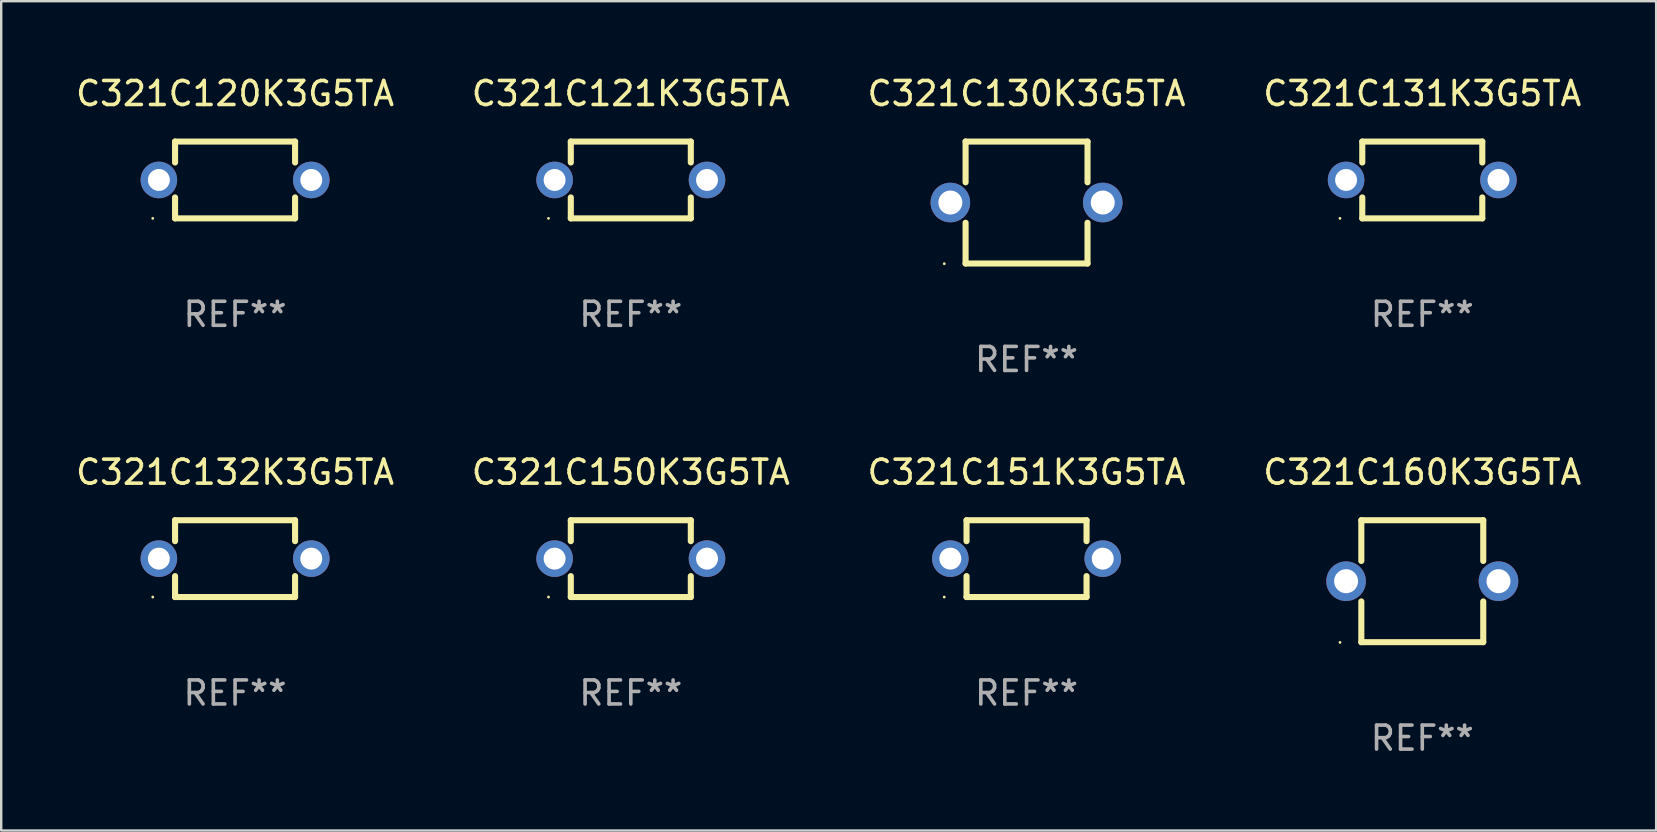
<source format=kicad_pcb>
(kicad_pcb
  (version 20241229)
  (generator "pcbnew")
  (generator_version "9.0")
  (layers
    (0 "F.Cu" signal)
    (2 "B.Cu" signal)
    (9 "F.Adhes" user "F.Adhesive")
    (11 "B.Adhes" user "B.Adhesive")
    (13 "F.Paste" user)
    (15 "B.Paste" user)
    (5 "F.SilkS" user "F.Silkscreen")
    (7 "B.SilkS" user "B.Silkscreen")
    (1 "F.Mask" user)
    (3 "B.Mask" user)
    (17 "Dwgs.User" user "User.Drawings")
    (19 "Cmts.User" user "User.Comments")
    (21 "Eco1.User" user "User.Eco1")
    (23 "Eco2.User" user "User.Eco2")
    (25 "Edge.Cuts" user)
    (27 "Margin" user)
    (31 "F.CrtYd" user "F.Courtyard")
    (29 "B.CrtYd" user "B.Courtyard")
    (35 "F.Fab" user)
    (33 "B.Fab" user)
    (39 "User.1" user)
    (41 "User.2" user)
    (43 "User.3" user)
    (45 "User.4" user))
  (footprint "C321C160K3G5TA"
    (layer "F.Cu")
    (at 56.208 21.165)
    (property "Reference" "C321C160K3G5TA" (at 0 -4.54 0) (layer "F.SilkS") (effects (font (size 1 1) (thickness 0.15))))
    (attr through_hole)
    (fp_line (start -2.54 -2.54) (end -2.54 -0.843) (stroke (width 0.254) (type solid)) (layer "F.SilkS"))
    (fp_line (start -2.54 0.843) (end -2.54 2.54) (stroke (width 0.254) (type solid)) (layer "F.SilkS"))
    (fp_line (start -2.54 2.54) (end 2.54 2.54) (stroke (width 0.254) (type solid)) (layer "F.SilkS"))
    (fp_line (start 2.54 -2.54) (end -2.54 -2.54) (stroke (width 0.254) (type solid)) (layer "F.SilkS"))
    (fp_line (start 2.54 -0.843) (end 2.54 -2.54) (stroke (width 0.254) (type solid)) (layer "F.SilkS"))
    (fp_line (start 2.54 2.54) (end 2.54 0.843) (stroke (width 0.254) (type solid)) (layer "F.SilkS"))
    (fp_circle (center -3.428 2.55) (end -3.398 2.55) (stroke (width 0.06) (type solid)) (fill no) (layer "F.SilkS"))
    (fp_text user "REF**" (at 0 6.54 0) (layer "F.Fab") (effects (font (size 1 1) (thickness 0.15))))
    (pad "1" thru_hole circle (at -3.175 0) (size 1.65 1.65) (drill 1) (layers "*.Cu" "*.Mask"))
    (pad "2" thru_hole circle (at 3.175 0) (size 1.65 1.65) (drill 1) (layers "*.Cu" "*.Mask")))
  (footprint "C321C131K3G5TA"
    (layer "F.Cu")
    (at 56.208 4.448)
    (property "Reference" "C321C131K3G5TA" (at 0 -3.6 0) (layer "F.SilkS") (effects (font (size 1 1) (thickness 0.15))))
    (attr through_hole)
    (fp_line (start -2.5 -1.6) (end 2.5 -1.6) (stroke (width 0.254) (type solid)) (layer "F.SilkS"))
    (fp_line (start -2.5 -0.728) (end -2.5 -1.6) (stroke (width 0.254) (type solid)) (layer "F.SilkS"))
    (fp_line (start -2.5 1.6) (end -2.5 0.728) (stroke (width 0.254) (type solid)) (layer "F.SilkS"))
    (fp_line (start 2.5 -1.6) (end 2.5 -0.728) (stroke (width 0.254) (type solid)) (layer "F.SilkS"))
    (fp_line (start 2.5 0.728) (end 2.5 1.6) (stroke (width 0.254) (type solid)) (layer "F.SilkS"))
    (fp_line (start 2.5 1.6) (end -2.5 1.6) (stroke (width 0.254) (type solid)) (layer "F.SilkS"))
    (fp_circle (center -3.43 1.6) (end -3.4 1.6) (stroke (width 0.06) (type solid)) (fill no) (layer "F.SilkS"))
    (fp_text user "REF**" (at 0 5.6 0) (layer "F.Fab") (effects (font (size 1 1) (thickness 0.15))))
    (pad "1" thru_hole circle (at -3.175 0) (size 1.524 1.524) (drill 0.914) (layers "*.Cu" "*.Mask"))
    (pad "2" thru_hole circle (at 3.175 0) (size 1.524 1.524) (drill 0.914) (layers "*.Cu" "*.Mask")))
  (footprint "C321C132K3G5TA"
    (layer "F.Cu")
    (at 6.744 20.225)
    (property "Reference" "C321C132K3G5TA" (at 0 -3.6 0) (layer "F.SilkS") (effects (font (size 1 1) (thickness 0.15))))
    (attr through_hole)
    (fp_line (start -2.5 -1.6) (end 2.5 -1.6) (stroke (width 0.254) (type solid)) (layer "F.SilkS"))
    (fp_line (start -2.5 -0.728) (end -2.5 -1.6) (stroke (width 0.254) (type solid)) (layer "F.SilkS"))
    (fp_line (start -2.5 1.6) (end -2.5 0.728) (stroke (width 0.254) (type solid)) (layer "F.SilkS"))
    (fp_line (start 2.5 -1.6) (end 2.5 -0.728) (stroke (width 0.254) (type solid)) (layer "F.SilkS"))
    (fp_line (start 2.5 0.728) (end 2.5 1.6) (stroke (width 0.254) (type solid)) (layer "F.SilkS"))
    (fp_line (start 2.5 1.6) (end -2.5 1.6) (stroke (width 0.254) (type solid)) (layer "F.SilkS"))
    (fp_circle (center -3.43 1.6) (end -3.4 1.6) (stroke (width 0.06) (type solid)) (fill no) (layer "F.SilkS"))
    (fp_text user "REF**" (at 0 5.6 0) (layer "F.Fab") (effects (font (size 1 1) (thickness 0.15))))
    (pad "1" thru_hole circle (at -3.175 0) (size 1.524 1.524) (drill 0.914) (layers "*.Cu" "*.Mask"))
    (pad "2" thru_hole circle (at 3.175 0) (size 1.524 1.524) (drill 0.914) (layers "*.Cu" "*.Mask")))
  (footprint "C321C150K3G5TA"
    (layer "F.Cu")
    (at 23.232 20.225)
    (property "Reference" "C321C150K3G5TA" (at 0 -3.6 0) (layer "F.SilkS") (effects (font (size 1 1) (thickness 0.15))))
    (attr through_hole)
    (fp_line (start -2.5 -1.6) (end 2.5 -1.6) (stroke (width 0.254) (type solid)) (layer "F.SilkS"))
    (fp_line (start -2.5 -0.728) (end -2.5 -1.6) (stroke (width 0.254) (type solid)) (layer "F.SilkS"))
    (fp_line (start -2.5 1.6) (end -2.5 0.728) (stroke (width 0.254) (type solid)) (layer "F.SilkS"))
    (fp_line (start 2.5 -1.6) (end 2.5 -0.728) (stroke (width 0.254) (type solid)) (layer "F.SilkS"))
    (fp_line (start 2.5 0.728) (end 2.5 1.6) (stroke (width 0.254) (type solid)) (layer "F.SilkS"))
    (fp_line (start 2.5 1.6) (end -2.5 1.6) (stroke (width 0.254) (type solid)) (layer "F.SilkS"))
    (fp_circle (center -3.43 1.6) (end -3.4 1.6) (stroke (width 0.06) (type solid)) (fill no) (layer "F.SilkS"))
    (fp_text user "REF**" (at 0 5.6 0) (layer "F.Fab") (effects (font (size 1 1) (thickness 0.15))))
    (pad "1" thru_hole circle (at -3.175 0) (size 1.524 1.524) (drill 0.914) (layers "*.Cu" "*.Mask"))
    (pad "2" thru_hole circle (at 3.175 0) (size 1.524 1.524) (drill 0.914) (layers "*.Cu" "*.Mask")))
  (footprint "C321C120K3G5TA"
    (layer "F.Cu")
    (at 6.744 4.448)
    (property "Reference" "C321C120K3G5TA" (at 0 -3.6 0) (layer "F.SilkS") (effects (font (size 1 1) (thickness 0.15))))
    (attr through_hole)
    (fp_line (start -2.5 -1.6) (end 2.5 -1.6) (stroke (width 0.254) (type solid)) (layer "F.SilkS"))
    (fp_line (start -2.5 -0.728) (end -2.5 -1.6) (stroke (width 0.254) (type solid)) (layer "F.SilkS"))
    (fp_line (start -2.5 1.6) (end -2.5 0.728) (stroke (width 0.254) (type solid)) (layer "F.SilkS"))
    (fp_line (start 2.5 -1.6) (end 2.5 -0.728) (stroke (width 0.254) (type solid)) (layer "F.SilkS"))
    (fp_line (start 2.5 0.728) (end 2.5 1.6) (stroke (width 0.254) (type solid)) (layer "F.SilkS"))
    (fp_line (start 2.5 1.6) (end -2.5 1.6) (stroke (width 0.254) (type solid)) (layer "F.SilkS"))
    (fp_circle (center -3.43 1.6) (end -3.4 1.6) (stroke (width 0.06) (type solid)) (fill no) (layer "F.SilkS"))
    (fp_text user "REF**" (at 0 5.6 0) (layer "F.Fab") (effects (font (size 1 1) (thickness 0.15))))
    (pad "1" thru_hole circle (at -3.175 0) (size 1.524 1.524) (drill 0.914) (layers "*.Cu" "*.Mask"))
    (pad "2" thru_hole circle (at 3.175 0) (size 1.524 1.524) (drill 0.914) (layers "*.Cu" "*.Mask")))
  (footprint "C321C151K3G5TA"
    (layer "F.Cu")
    (at 39.72 20.225)
    (property "Reference" "C321C151K3G5TA" (at 0 -3.6 0) (layer "F.SilkS") (effects (font (size 1 1) (thickness 0.15))))
    (attr through_hole)
    (fp_line (start -2.5 -1.6) (end 2.5 -1.6) (stroke (width 0.254) (type solid)) (layer "F.SilkS"))
    (fp_line (start -2.5 -0.728) (end -2.5 -1.6) (stroke (width 0.254) (type solid)) (layer "F.SilkS"))
    (fp_line (start -2.5 1.6) (end -2.5 0.728) (stroke (width 0.254) (type solid)) (layer "F.SilkS"))
    (fp_line (start 2.5 -1.6) (end 2.5 -0.728) (stroke (width 0.254) (type solid)) (layer "F.SilkS"))
    (fp_line (start 2.5 0.728) (end 2.5 1.6) (stroke (width 0.254) (type solid)) (layer "F.SilkS"))
    (fp_line (start 2.5 1.6) (end -2.5 1.6) (stroke (width 0.254) (type solid)) (layer "F.SilkS"))
    (fp_circle (center -3.43 1.6) (end -3.4 1.6) (stroke (width 0.06) (type solid)) (fill no) (layer "F.SilkS"))
    (fp_text user "REF**" (at 0 5.6 0) (layer "F.Fab") (effects (font (size 1 1) (thickness 0.15))))
    (pad "1" thru_hole circle (at -3.175 0) (size 1.524 1.524) (drill 0.914) (layers "*.Cu" "*.Mask"))
    (pad "2" thru_hole circle (at 3.175 0) (size 1.524 1.524) (drill 0.914) (layers "*.Cu" "*.Mask")))
  (footprint "C321C130K3G5TA"
    (layer "F.Cu")
    (at 39.72 5.388)
    (property "Reference" "C321C130K3G5TA" (at 0 -4.54 0) (layer "F.SilkS") (effects (font (size 1 1) (thickness 0.15))))
    (attr through_hole)
    (fp_line (start -2.54 -2.54) (end -2.54 -0.843) (stroke (width 0.254) (type solid)) (layer "F.SilkS"))
    (fp_line (start -2.54 0.843) (end -2.54 2.54) (stroke (width 0.254) (type solid)) (layer "F.SilkS"))
    (fp_line (start -2.54 2.54) (end 2.54 2.54) (stroke (width 0.254) (type solid)) (layer "F.SilkS"))
    (fp_line (start 2.54 -2.54) (end -2.54 -2.54) (stroke (width 0.254) (type solid)) (layer "F.SilkS"))
    (fp_line (start 2.54 -0.843) (end 2.54 -2.54) (stroke (width 0.254) (type solid)) (layer "F.SilkS"))
    (fp_line (start 2.54 2.54) (end 2.54 0.843) (stroke (width 0.254) (type solid)) (layer "F.SilkS"))
    (fp_circle (center -3.428 2.55) (end -3.398 2.55) (stroke (width 0.06) (type solid)) (fill no) (layer "F.SilkS"))
    (fp_text user "REF**" (at 0 6.54 0) (layer "F.Fab") (effects (font (size 1 1) (thickness 0.15))))
    (pad "1" thru_hole circle (at -3.175 0) (size 1.65 1.65) (drill 1) (layers "*.Cu" "*.Mask"))
    (pad "2" thru_hole circle (at 3.175 0) (size 1.65 1.65) (drill 1) (layers "*.Cu" "*.Mask")))
  (footprint "C321C121K3G5TA"
    (layer "F.Cu")
    (at 23.232 4.448)
    (property "Reference" "C321C121K3G5TA" (at 0 -3.6 0) (layer "F.SilkS") (effects (font (size 1 1) (thickness 0.15))))
    (attr through_hole)
    (fp_line (start -2.5 -1.6) (end 2.5 -1.6) (stroke (width 0.254) (type solid)) (layer "F.SilkS"))
    (fp_line (start -2.5 -0.728) (end -2.5 -1.6) (stroke (width 0.254) (type solid)) (layer "F.SilkS"))
    (fp_line (start -2.5 1.6) (end -2.5 0.728) (stroke (width 0.254) (type solid)) (layer "F.SilkS"))
    (fp_line (start 2.5 -1.6) (end 2.5 -0.728) (stroke (width 0.254) (type solid)) (layer "F.SilkS"))
    (fp_line (start 2.5 0.728) (end 2.5 1.6) (stroke (width 0.254) (type solid)) (layer "F.SilkS"))
    (fp_line (start 2.5 1.6) (end -2.5 1.6) (stroke (width 0.254) (type solid)) (layer "F.SilkS"))
    (fp_circle (center -3.43 1.6) (end -3.4 1.6) (stroke (width 0.06) (type solid)) (fill no) (layer "F.SilkS"))
    (fp_text user "REF**" (at 0 5.6 0) (layer "F.Fab") (effects (font (size 1 1) (thickness 0.15))))
    (pad "1" thru_hole circle (at -3.175 0) (size 1.524 1.524) (drill 0.914) (layers "*.Cu" "*.Mask"))
    (pad "2" thru_hole circle (at 3.175 0) (size 1.524 1.524) (drill 0.914) (layers "*.Cu" "*.Mask")))
  (gr_rect
    (start -3 -3)
    (end 65.952 31.553)
    (stroke (width 0.1) (type default))
    (fill no)
    (layer "Edge.Cuts")))
</source>
